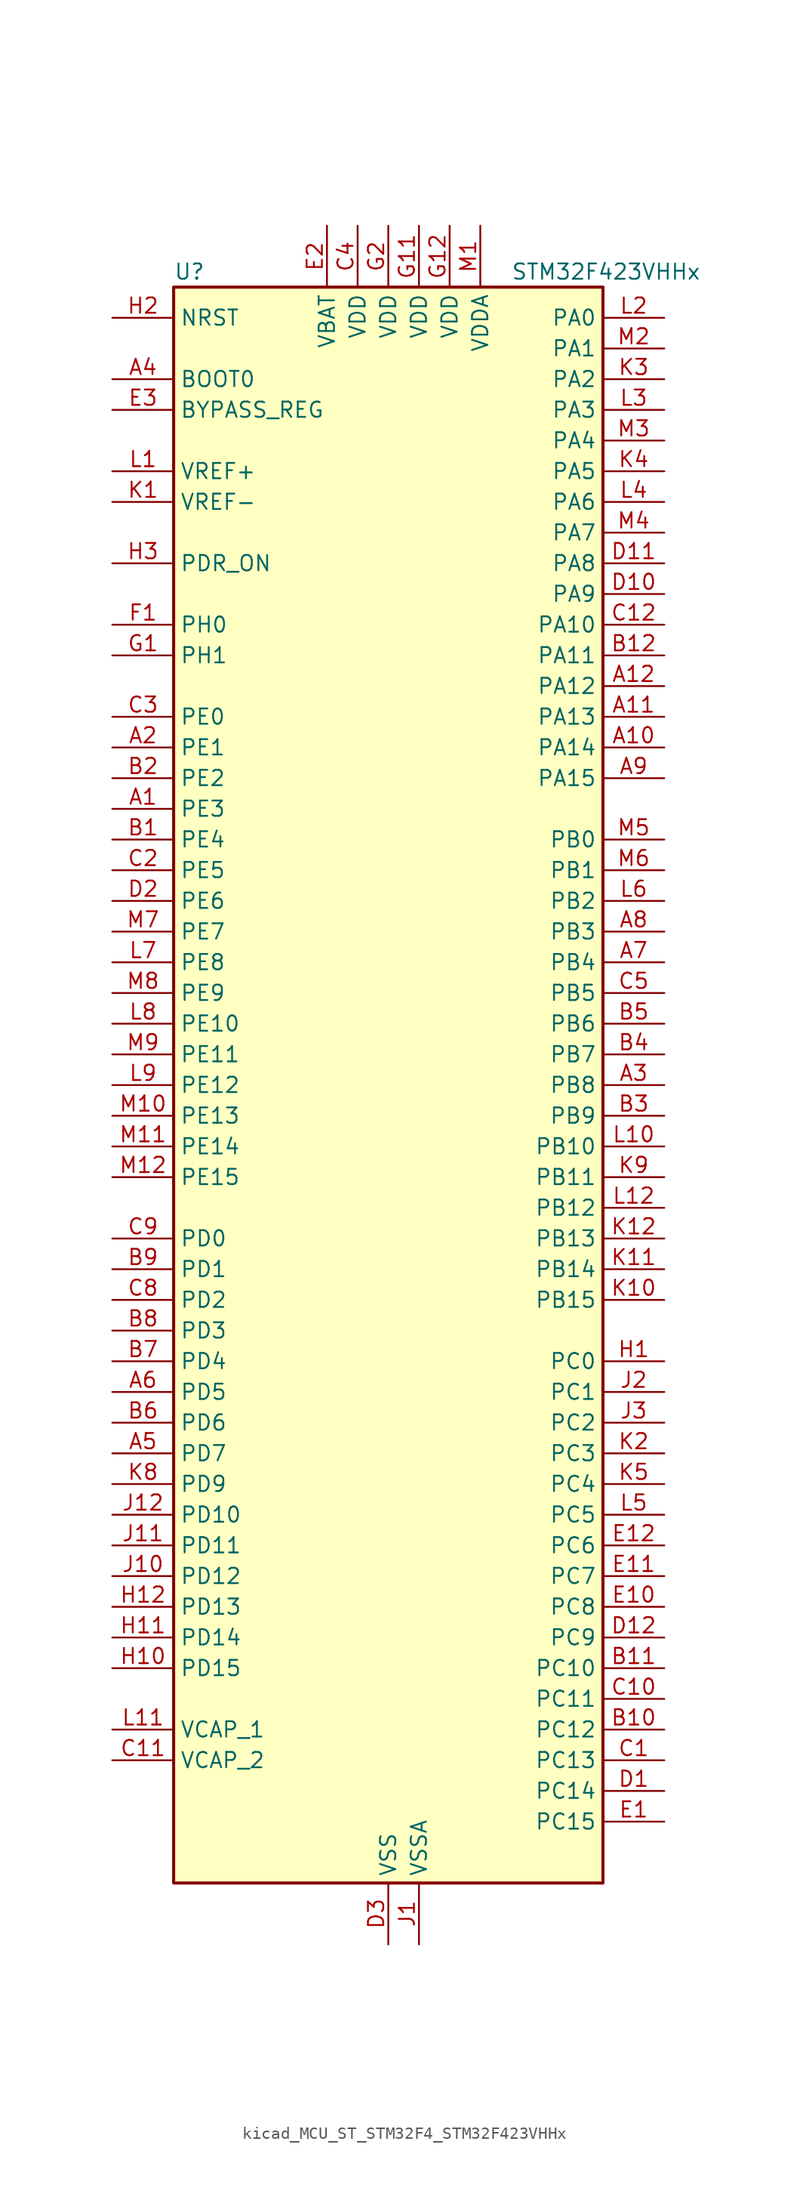
<source format=kicad_sym>
(kicad_symbol_lib
  (version 20220914)
  (generator kicad_symbol_editor)
  (symbol "kicad_MCU_ST_STM32F4_STM32F423VHHx"
    (property "Reference" "U"
      (at -17.78 67.31 0)
      (effects (font (size 1.27 1.27)) (justify left)))
    (property "Value" "STM32F423VHHx"
      (at 10.16 67.31 0)
      (effects (font (size 1.27 1.27)) (justify left)))
    (property "ki_locked" ""
      (at 0 0 0)
      (effects (font (size 1.27 1.27))))
    (symbol "kicad_MCU_ST_STM32F4_STM32F423VHHx_0_1"
      (rectangle (start -17.78 -66.04) (end 17.78 66.04) (stroke (width 0.254) (type default)) (fill (type background))))
    (symbol "kicad_MCU_ST_STM32F4_STM32F423VHHx_1_1"
      (pin bidirectional line (at -22.86 22.86 0) (length 5.08) (name "PE3" (effects (font (size 1.27 1.27)))) (number "A1" (effects (font (size 1.27 1.27)))) (alternate "FSMC_A19" bidirectional line) (alternate "SAI1_SD_B" bidirectional line) (alternate "SYS_TRACED0" bidirectional line) (alternate "UART10_TX" bidirectional line))
      (pin bidirectional line (at 22.86 27.94 180) (length 5.08) (name "PA14" (effects (font (size 1.27 1.27)))) (number "A10" (effects (font (size 1.27 1.27)))) (alternate "SYS_JTCK-SWCLK" bidirectional line))
      (pin bidirectional line (at 22.86 30.48 180) (length 5.08) (name "PA13" (effects (font (size 1.27 1.27)))) (number "A11" (effects (font (size 1.27 1.27)))) (alternate "SYS_JTMS-SWDIO" bidirectional line))
      (pin bidirectional line (at 22.86 33.02 180) (length 5.08) (name "PA12" (effects (font (size 1.27 1.27)))) (number "A12" (effects (font (size 1.27 1.27)))) (alternate "CAN1_TX" bidirectional line) (alternate "DFSDM2_DATIN5" bidirectional line) (alternate "SPI2_MISO" bidirectional line) (alternate "SPI5_MISO" bidirectional line) (alternate "TIM1_ETR" bidirectional line) (alternate "UART4_TX" bidirectional line) (alternate "USART1_RTS" bidirectional line) (alternate "USART6_RX" bidirectional line) (alternate "USB_OTG_FS_DP" bidirectional line))
      (pin bidirectional line (at -22.86 27.94 0) (length 5.08) (name "PE1" (effects (font (size 1.27 1.27)))) (number "A2" (effects (font (size 1.27 1.27)))) (alternate "DFSDM2_DATIN4" bidirectional line) (alternate "FSMC_NBL1" bidirectional line) (alternate "UART8_TX" bidirectional line))
      (pin bidirectional line (at 22.86 0 180) (length 5.08) (name "PB8" (effects (font (size 1.27 1.27)))) (number "A3" (effects (font (size 1.27 1.27)))) (alternate "CAN1_RX" bidirectional line) (alternate "DFSDM2_CKIN1" bidirectional line) (alternate "I2C1_SCL" bidirectional line) (alternate "I2C3_SDA" bidirectional line) (alternate "I2S5_SD" bidirectional line) (alternate "LPTIM1_OUT" bidirectional line) (alternate "SDIO_D4" bidirectional line) (alternate "SPI5_MOSI" bidirectional line) (alternate "TIM10_CH1" bidirectional line) (alternate "TIM4_CH3" bidirectional line) (alternate "UART5_RX" bidirectional line))
      (pin input line (at -22.86 58.42 0) (length 5.08) (name "BOOT0" (effects (font (size 1.27 1.27)))) (number "A4" (effects (font (size 1.27 1.27)))))
      (pin bidirectional line (at -22.86 -30.48 0) (length 5.08) (name "PD7" (effects (font (size 1.27 1.27)))) (number "A5" (effects (font (size 1.27 1.27)))) (alternate "DFSDM1_CKIN1" bidirectional line) (alternate "FSMC_NE1" bidirectional line) (alternate "USART2_CK" bidirectional line))
      (pin bidirectional line (at -22.86 -25.4 0) (length 5.08) (name "PD5" (effects (font (size 1.27 1.27)))) (number "A6" (effects (font (size 1.27 1.27)))) (alternate "DFSDM2_CKOUT" bidirectional line) (alternate "FSMC_NWE" bidirectional line) (alternate "USART2_TX" bidirectional line))
      (pin bidirectional line (at 22.86 10.16 180) (length 5.08) (name "PB4" (effects (font (size 1.27 1.27)))) (number "A7" (effects (font (size 1.27 1.27)))) (alternate "CAN3_TX" bidirectional line) (alternate "I2C3_SDA" bidirectional line) (alternate "I2S3_ext_SD" bidirectional line) (alternate "SAI1_SCK_A" bidirectional line) (alternate "SDIO_D0" bidirectional line) (alternate "SPI1_MISO" bidirectional line) (alternate "SPI3_MISO" bidirectional line) (alternate "SYS_JTRST" bidirectional line) (alternate "TIM3_CH1" bidirectional line) (alternate "UART7_TX" bidirectional line))
      (pin bidirectional line (at 22.86 12.7 180) (length 5.08) (name "PB3" (effects (font (size 1.27 1.27)))) (number "A8" (effects (font (size 1.27 1.27)))) (alternate "CAN3_RX" bidirectional line) (alternate "FMPI2C1_SDA" bidirectional line) (alternate "I2C2_SDA" bidirectional line) (alternate "I2S1_CK" bidirectional line) (alternate "I2S3_CK" bidirectional line) (alternate "SAI1_SD_A" bidirectional line) (alternate "SPI1_SCK" bidirectional line) (alternate "SPI3_SCK" bidirectional line) (alternate "SYS_JTDO-SWO" bidirectional line) (alternate "TIM2_CH2" bidirectional line) (alternate "UART7_RX" bidirectional line) (alternate "USART1_RX" bidirectional line))
      (pin bidirectional line (at 22.86 25.4 180) (length 5.08) (name "PA15" (effects (font (size 1.27 1.27)))) (number "A9" (effects (font (size 1.27 1.27)))) (alternate "ADC1_EXTI15" bidirectional line) (alternate "CAN3_TX" bidirectional line) (alternate "I2S1_WS" bidirectional line) (alternate "I2S3_WS" bidirectional line) (alternate "SAI1_MCLK_A" bidirectional line) (alternate "SPI1_NSS" bidirectional line) (alternate "SPI3_NSS" bidirectional line) (alternate "SYS_JTDI" bidirectional line) (alternate "TIM2_CH1" bidirectional line) (alternate "TIM2_ETR" bidirectional line) (alternate "UART7_TX" bidirectional line) (alternate "USART1_TX" bidirectional line))
      (pin bidirectional line (at -22.86 20.32 0) (length 5.08) (name "PE4" (effects (font (size 1.27 1.27)))) (number "B1" (effects (font (size 1.27 1.27)))) (alternate "DFSDM1_DATIN3" bidirectional line) (alternate "FSMC_A20" bidirectional line) (alternate "I2S4_WS" bidirectional line) (alternate "I2S5_WS" bidirectional line) (alternate "SAI1_SD_A" bidirectional line) (alternate "SPI4_NSS" bidirectional line) (alternate "SPI5_NSS" bidirectional line) (alternate "SYS_TRACED1" bidirectional line))
      (pin bidirectional line (at 22.86 -53.34 180) (length 5.08) (name "PC12" (effects (font (size 1.27 1.27)))) (number "B10" (effects (font (size 1.27 1.27)))) (alternate "FSMC_D3" bidirectional line) (alternate "FSMC_DA3" bidirectional line) (alternate "I2S3_SD" bidirectional line) (alternate "SDIO_CK" bidirectional line) (alternate "SPI3_MOSI" bidirectional line) (alternate "UART5_TX" bidirectional line) (alternate "USART3_CK" bidirectional line))
      (pin bidirectional line (at 22.86 -48.26 180) (length 5.08) (name "PC10" (effects (font (size 1.27 1.27)))) (number "B11" (effects (font (size 1.27 1.27)))) (alternate "DFSDM2_CKIN5" bidirectional line) (alternate "I2S3_CK" bidirectional line) (alternate "QUADSPI_BK1_IO1" bidirectional line) (alternate "SDIO_D2" bidirectional line) (alternate "SPI3_SCK" bidirectional line) (alternate "USART3_TX" bidirectional line))
      (pin bidirectional line (at 22.86 35.56 180) (length 5.08) (name "PA11" (effects (font (size 1.27 1.27)))) (number "B12" (effects (font (size 1.27 1.27)))) (alternate "ADC1_EXTI11" bidirectional line) (alternate "CAN1_RX" bidirectional line) (alternate "DFSDM2_CKIN5" bidirectional line) (alternate "I2S2_WS" bidirectional line) (alternate "SPI2_NSS" bidirectional line) (alternate "SPI4_MISO" bidirectional line) (alternate "TIM1_CH4" bidirectional line) (alternate "UART4_RX" bidirectional line) (alternate "USART1_CTS" bidirectional line) (alternate "USART6_TX" bidirectional line) (alternate "USB_OTG_FS_DM" bidirectional line))
      (pin bidirectional line (at -22.86 25.4 0) (length 5.08) (name "PE2" (effects (font (size 1.27 1.27)))) (number "B2" (effects (font (size 1.27 1.27)))) (alternate "FSMC_A23" bidirectional line) (alternate "I2S4_CK" bidirectional line) (alternate "I2S5_CK" bidirectional line) (alternate "QUADSPI_BK1_IO2" bidirectional line) (alternate "SAI1_MCLK_A" bidirectional line) (alternate "SPI4_SCK" bidirectional line) (alternate "SPI5_SCK" bidirectional line) (alternate "SYS_TRACECLK" bidirectional line) (alternate "UART10_RX" bidirectional line))
      (pin bidirectional line (at 22.86 -2.54 180) (length 5.08) (name "PB9" (effects (font (size 1.27 1.27)))) (number "B3" (effects (font (size 1.27 1.27)))) (alternate "CAN1_TX" bidirectional line) (alternate "DAC_EXTI9" bidirectional line) (alternate "DFSDM2_DATIN1" bidirectional line) (alternate "I2C1_SDA" bidirectional line) (alternate "I2C2_SDA" bidirectional line) (alternate "I2S2_WS" bidirectional line) (alternate "SDIO_D5" bidirectional line) (alternate "SPI2_NSS" bidirectional line) (alternate "TIM11_CH1" bidirectional line) (alternate "TIM4_CH4" bidirectional line) (alternate "UART5_TX" bidirectional line))
      (pin bidirectional line (at 22.86 2.54 180) (length 5.08) (name "PB7" (effects (font (size 1.27 1.27)))) (number "B4" (effects (font (size 1.27 1.27)))) (alternate "DFSDM2_DATIN7" bidirectional line) (alternate "FSMC_NL" bidirectional line) (alternate "I2C1_SDA" bidirectional line) (alternate "LPTIM1_IN2" bidirectional line) (alternate "TIM4_CH2" bidirectional line) (alternate "USART1_RX" bidirectional line))
      (pin bidirectional line (at 22.86 5.08 180) (length 5.08) (name "PB6" (effects (font (size 1.27 1.27)))) (number "B5" (effects (font (size 1.27 1.27)))) (alternate "CAN2_TX" bidirectional line) (alternate "DFSDM2_CKIN7" bidirectional line) (alternate "I2C1_SCL" bidirectional line) (alternate "LPTIM1_ETR" bidirectional line) (alternate "QUADSPI_BK1_NCS" bidirectional line) (alternate "SDIO_D0" bidirectional line) (alternate "TIM4_CH1" bidirectional line) (alternate "UART5_TX" bidirectional line) (alternate "USART1_TX" bidirectional line))
      (pin bidirectional line (at -22.86 -27.94 0) (length 5.08) (name "PD6" (effects (font (size 1.27 1.27)))) (number "B6" (effects (font (size 1.27 1.27)))) (alternate "DFSDM1_DATIN1" bidirectional line) (alternate "FSMC_NWAIT" bidirectional line) (alternate "I2S3_SD" bidirectional line) (alternate "SPI3_MOSI" bidirectional line) (alternate "USART2_RX" bidirectional line))
      (pin bidirectional line (at -22.86 -22.86 0) (length 5.08) (name "PD4" (effects (font (size 1.27 1.27)))) (number "B7" (effects (font (size 1.27 1.27)))) (alternate "DFSDM1_CKIN0" bidirectional line) (alternate "FSMC_NOE" bidirectional line) (alternate "USART2_RTS" bidirectional line))
      (pin bidirectional line (at -22.86 -20.32 0) (length 5.08) (name "PD3" (effects (font (size 1.27 1.27)))) (number "B8" (effects (font (size 1.27 1.27)))) (alternate "DFSDM1_DATIN0" bidirectional line) (alternate "FSMC_CLK" bidirectional line) (alternate "I2S2_CK" bidirectional line) (alternate "QUADSPI_CLK" bidirectional line) (alternate "SPI2_SCK" bidirectional line) (alternate "SYS_TRACED1" bidirectional line) (alternate "USART2_CTS" bidirectional line))
      (pin bidirectional line (at -22.86 -15.24 0) (length 5.08) (name "PD1" (effects (font (size 1.27 1.27)))) (number "B9" (effects (font (size 1.27 1.27)))) (alternate "CAN1_TX" bidirectional line) (alternate "DFSDM2_DATIN6" bidirectional line) (alternate "FSMC_D3" bidirectional line) (alternate "FSMC_DA3" bidirectional line) (alternate "UART4_TX" bidirectional line))
      (pin bidirectional line (at 22.86 -55.88 180) (length 5.08) (name "PC13" (effects (font (size 1.27 1.27)))) (number "C1" (effects (font (size 1.27 1.27)))) (alternate "RTC_AF1" bidirectional line))
      (pin bidirectional line (at 22.86 -50.8 180) (length 5.08) (name "PC11" (effects (font (size 1.27 1.27)))) (number "C10" (effects (font (size 1.27 1.27)))) (alternate "ADC1_EXTI11" bidirectional line) (alternate "DFSDM2_DATIN5" bidirectional line) (alternate "FSMC_D2" bidirectional line) (alternate "FSMC_DA2" bidirectional line) (alternate "I2S3_ext_SD" bidirectional line) (alternate "QUADSPI_BK2_NCS" bidirectional line) (alternate "SDIO_D3" bidirectional line) (alternate "SPI3_MISO" bidirectional line) (alternate "UART4_RX" bidirectional line) (alternate "USART3_RX" bidirectional line))
      (pin power_out line (at -22.86 -55.88 0) (length 5.08) (name "VCAP_2" (effects (font (size 1.27 1.27)))) (number "C11" (effects (font (size 1.27 1.27)))))
      (pin bidirectional line (at 22.86 38.1 180) (length 5.08) (name "PA10" (effects (font (size 1.27 1.27)))) (number "C12" (effects (font (size 1.27 1.27)))) (alternate "DFSDM2_DATIN3" bidirectional line) (alternate "I2S2_SD" bidirectional line) (alternate "I2S5_SD" bidirectional line) (alternate "SPI2_MOSI" bidirectional line) (alternate "SPI5_MOSI" bidirectional line) (alternate "TIM1_CH3" bidirectional line) (alternate "USART1_RX" bidirectional line) (alternate "USB_OTG_FS_ID" bidirectional line))
      (pin bidirectional line (at -22.86 17.78 0) (length 5.08) (name "PE5" (effects (font (size 1.27 1.27)))) (number "C2" (effects (font (size 1.27 1.27)))) (alternate "DFSDM1_CKIN3" bidirectional line) (alternate "FSMC_A21" bidirectional line) (alternate "SAI1_SCK_A" bidirectional line) (alternate "SPI4_MISO" bidirectional line) (alternate "SPI5_MISO" bidirectional line) (alternate "SYS_TRACED2" bidirectional line) (alternate "TIM9_CH1" bidirectional line))
      (pin bidirectional line (at -22.86 30.48 0) (length 5.08) (name "PE0" (effects (font (size 1.27 1.27)))) (number "C3" (effects (font (size 1.27 1.27)))) (alternate "DFSDM2_CKIN4" bidirectional line) (alternate "FSMC_NBL0" bidirectional line) (alternate "TIM4_ETR" bidirectional line) (alternate "UART8_RX" bidirectional line))
      (pin power_in line (at -2.54 71.12 270) (length 5.08) (name "VDD" (effects (font (size 1.27 1.27)))) (number "C4" (effects (font (size 1.27 1.27)))))
      (pin bidirectional line (at 22.86 7.62 180) (length 5.08) (name "PB5" (effects (font (size 1.27 1.27)))) (number "C5" (effects (font (size 1.27 1.27)))) (alternate "CAN2_RX" bidirectional line) (alternate "I2C1_SMBA" bidirectional line) (alternate "I2S1_SD" bidirectional line) (alternate "I2S3_SD" bidirectional line) (alternate "LPTIM1_IN1" bidirectional line) (alternate "SAI1_FS_A" bidirectional line) (alternate "SDIO_D3" bidirectional line) (alternate "SPI1_MOSI" bidirectional line) (alternate "SPI3_MOSI" bidirectional line) (alternate "TIM3_CH2" bidirectional line) (alternate "UART5_RX" bidirectional line))
      (pin bidirectional line (at -22.86 -17.78 0) (length 5.08) (name "PD2" (effects (font (size 1.27 1.27)))) (number "C8" (effects (font (size 1.27 1.27)))) (alternate "DFSDM2_CKOUT" bidirectional line) (alternate "FSMC_NWE" bidirectional line) (alternate "SDIO_CMD" bidirectional line) (alternate "TIM3_ETR" bidirectional line) (alternate "UART5_RX" bidirectional line))
      (pin bidirectional line (at -22.86 -12.7 0) (length 5.08) (name "PD0" (effects (font (size 1.27 1.27)))) (number "C9" (effects (font (size 1.27 1.27)))) (alternate "CAN1_RX" bidirectional line) (alternate "DFSDM2_CKIN6" bidirectional line) (alternate "FSMC_D2" bidirectional line) (alternate "FSMC_DA2" bidirectional line) (alternate "UART4_RX" bidirectional line))
      (pin bidirectional line (at 22.86 -58.42 180) (length 5.08) (name "PC14" (effects (font (size 1.27 1.27)))) (number "D1" (effects (font (size 1.27 1.27)))) (alternate "RCC_OSC32_IN" bidirectional line))
      (pin bidirectional line (at 22.86 40.64 180) (length 5.08) (name "PA9" (effects (font (size 1.27 1.27)))) (number "D10" (effects (font (size 1.27 1.27)))) (alternate "DAC_EXTI9" bidirectional line) (alternate "DFSDM2_CKIN3" bidirectional line) (alternate "I2C3_SMBA" bidirectional line) (alternate "I2S2_CK" bidirectional line) (alternate "SDIO_D2" bidirectional line) (alternate "SPI2_SCK" bidirectional line) (alternate "TIM1_CH2" bidirectional line) (alternate "USART1_TX" bidirectional line) (alternate "USB_OTG_FS_VBUS" bidirectional line))
      (pin bidirectional line (at 22.86 43.18 180) (length 5.08) (name "PA8" (effects (font (size 1.27 1.27)))) (number "D11" (effects (font (size 1.27 1.27)))) (alternate "CAN3_RX" bidirectional line) (alternate "DFSDM1_CKOUT" bidirectional line) (alternate "I2C3_SCL" bidirectional line) (alternate "RCC_MCO_1" bidirectional line) (alternate "SDIO_D1" bidirectional line) (alternate "TIM1_CH1" bidirectional line) (alternate "UART7_RX" bidirectional line) (alternate "USART1_CK" bidirectional line) (alternate "USB_OTG_FS_SOF" bidirectional line))
      (pin bidirectional line (at 22.86 -45.72 180) (length 5.08) (name "PC9" (effects (font (size 1.27 1.27)))) (number "D12" (effects (font (size 1.27 1.27)))) (alternate "DAC_EXTI9" bidirectional line) (alternate "DFSDM2_DATIN3" bidirectional line) (alternate "I2C3_SDA" bidirectional line) (alternate "I2S_CKIN" bidirectional line) (alternate "QUADSPI_BK1_IO0" bidirectional line) (alternate "RCC_MCO_2" bidirectional line) (alternate "SDIO_D1" bidirectional line) (alternate "TIM3_CH4" bidirectional line) (alternate "TIM8_CH4" bidirectional line))
      (pin bidirectional line (at -22.86 15.24 0) (length 5.08) (name "PE6" (effects (font (size 1.27 1.27)))) (number "D2" (effects (font (size 1.27 1.27)))) (alternate "FSMC_A22" bidirectional line) (alternate "I2S4_SD" bidirectional line) (alternate "I2S5_SD" bidirectional line) (alternate "SAI1_FS_A" bidirectional line) (alternate "SPI4_MOSI" bidirectional line) (alternate "SPI5_MOSI" bidirectional line) (alternate "SYS_TRACED3" bidirectional line) (alternate "TIM9_CH2" bidirectional line))
      (pin power_in line (at 0 -71.12 90) (length 5.08) (name "VSS" (effects (font (size 1.27 1.27)))) (number "D3" (effects (font (size 1.27 1.27)))))
      (pin bidirectional line (at 22.86 -60.96 180) (length 5.08) (name "PC15" (effects (font (size 1.27 1.27)))) (number "E1" (effects (font (size 1.27 1.27)))) (alternate "ADC1_EXTI15" bidirectional line) (alternate "RCC_OSC32_OUT" bidirectional line))
      (pin bidirectional line (at 22.86 -43.18 180) (length 5.08) (name "PC8" (effects (font (size 1.27 1.27)))) (number "E10" (effects (font (size 1.27 1.27)))) (alternate "DFSDM2_CKIN3" bidirectional line) (alternate "QUADSPI_BK1_IO2" bidirectional line) (alternate "SDIO_D0" bidirectional line) (alternate "TIM3_CH3" bidirectional line) (alternate "TIM8_CH3" bidirectional line) (alternate "USART6_CK" bidirectional line))
      (pin bidirectional line (at 22.86 -40.64 180) (length 5.08) (name "PC7" (effects (font (size 1.27 1.27)))) (number "E11" (effects (font (size 1.27 1.27)))) (alternate "DFSDM1_DATIN3" bidirectional line) (alternate "DFSDM2_CKIN6" bidirectional line) (alternate "FMPI2C1_SDA" bidirectional line) (alternate "I2S2_CK" bidirectional line) (alternate "I2S3_MCK" bidirectional line) (alternate "SDIO_D7" bidirectional line) (alternate "SPI2_SCK" bidirectional line) (alternate "TIM3_CH2" bidirectional line) (alternate "TIM8_CH2" bidirectional line) (alternate "USART6_RX" bidirectional line))
      (pin bidirectional line (at 22.86 -38.1 180) (length 5.08) (name "PC6" (effects (font (size 1.27 1.27)))) (number "E12" (effects (font (size 1.27 1.27)))) (alternate "DFSDM1_CKIN3" bidirectional line) (alternate "DFSDM2_DATIN6" bidirectional line) (alternate "FMPI2C1_SCL" bidirectional line) (alternate "FSMC_D1" bidirectional line) (alternate "FSMC_DA1" bidirectional line) (alternate "I2S2_MCK" bidirectional line) (alternate "SDIO_D6" bidirectional line) (alternate "TIM3_CH1" bidirectional line) (alternate "TIM8_CH1" bidirectional line) (alternate "USART6_TX" bidirectional line))
      (pin power_in line (at -5.08 71.12 270) (length 5.08) (name "VBAT" (effects (font (size 1.27 1.27)))) (number "E2" (effects (font (size 1.27 1.27)))))
      (pin input line (at -22.86 55.88 0) (length 5.08) (name "BYPASS_REG" (effects (font (size 1.27 1.27)))) (number "E3" (effects (font (size 1.27 1.27)))))
      (pin bidirectional line (at -22.86 38.1 0) (length 5.08) (name "PH0" (effects (font (size 1.27 1.27)))) (number "F1" (effects (font (size 1.27 1.27)))) (alternate "RCC_OSC_IN" bidirectional line))
      (pin passive line (at 0 -71.12 90) (length 5.08) hide (name "VSS" (effects (font (size 1.27 1.27)))) (number "F11" (effects (font (size 1.27 1.27)))))
      (pin passive line (at 0 -71.12 90) (length 5.08) hide (name "VSS" (effects (font (size 1.27 1.27)))) (number "F12" (effects (font (size 1.27 1.27)))))
      (pin passive line (at 0 -71.12 90) (length 5.08) hide (name "VSS" (effects (font (size 1.27 1.27)))) (number "F2" (effects (font (size 1.27 1.27)))))
      (pin bidirectional line (at -22.86 35.56 0) (length 5.08) (name "PH1" (effects (font (size 1.27 1.27)))) (number "G1" (effects (font (size 1.27 1.27)))) (alternate "RCC_OSC_OUT" bidirectional line))
      (pin power_in line (at 2.54 71.12 270) (length 5.08) (name "VDD" (effects (font (size 1.27 1.27)))) (number "G11" (effects (font (size 1.27 1.27)))))
      (pin power_in line (at 5.08 71.12 270) (length 5.08) (name "VDD" (effects (font (size 1.27 1.27)))) (number "G12" (effects (font (size 1.27 1.27)))))
      (pin power_in line (at 0 71.12 270) (length 5.08) (name "VDD" (effects (font (size 1.27 1.27)))) (number "G2" (effects (font (size 1.27 1.27)))))
      (pin bidirectional line (at 22.86 -22.86 180) (length 5.08) (name "PC0" (effects (font (size 1.27 1.27)))) (number "H1" (effects (font (size 1.27 1.27)))) (alternate "ADC1_IN10" bidirectional line) (alternate "DFSDM2_CKIN4" bidirectional line) (alternate "LPTIM1_IN1" bidirectional line) (alternate "SAI1_MCLK_B" bidirectional line) (alternate "SYS_WKUP2" bidirectional line))
      (pin bidirectional line (at -22.86 -48.26 0) (length 5.08) (name "PD15" (effects (font (size 1.27 1.27)))) (number "H10" (effects (font (size 1.27 1.27)))) (alternate "ADC1_EXTI15" bidirectional line) (alternate "DFSDM2_DATIN0" bidirectional line) (alternate "FMPI2C1_SDA" bidirectional line) (alternate "FSMC_D1" bidirectional line) (alternate "FSMC_DA1" bidirectional line) (alternate "TIM4_CH4" bidirectional line) (alternate "UART9_TX" bidirectional line))
      (pin bidirectional line (at -22.86 -45.72 0) (length 5.08) (name "PD14" (effects (font (size 1.27 1.27)))) (number "H11" (effects (font (size 1.27 1.27)))) (alternate "DFSDM2_CKIN0" bidirectional line) (alternate "FMPI2C1_SCL" bidirectional line) (alternate "FSMC_D0" bidirectional line) (alternate "FSMC_DA0" bidirectional line) (alternate "TIM4_CH3" bidirectional line) (alternate "UART9_RX" bidirectional line))
      (pin bidirectional line (at -22.86 -43.18 0) (length 5.08) (name "PD13" (effects (font (size 1.27 1.27)))) (number "H12" (effects (font (size 1.27 1.27)))) (alternate "FMPI2C1_SDA" bidirectional line) (alternate "FSMC_A18" bidirectional line) (alternate "QUADSPI_BK1_IO3" bidirectional line) (alternate "TIM4_CH2" bidirectional line))
      (pin input line (at -22.86 63.5 0) (length 5.08) (name "NRST" (effects (font (size 1.27 1.27)))) (number "H2" (effects (font (size 1.27 1.27)))))
      (pin input line (at -22.86 43.18 0) (length 5.08) (name "PDR_ON" (effects (font (size 1.27 1.27)))) (number "H3" (effects (font (size 1.27 1.27)))))
      (pin power_in line (at 2.54 -71.12 90) (length 5.08) (name "VSSA" (effects (font (size 1.27 1.27)))) (number "J1" (effects (font (size 1.27 1.27)))))
      (pin bidirectional line (at -22.86 -40.64 0) (length 5.08) (name "PD12" (effects (font (size 1.27 1.27)))) (number "J10" (effects (font (size 1.27 1.27)))) (alternate "DFSDM2_CKIN2" bidirectional line) (alternate "FMPI2C1_SCL" bidirectional line) (alternate "FSMC_A17" bidirectional line) (alternate "QUADSPI_BK1_IO1" bidirectional line) (alternate "TIM4_CH1" bidirectional line) (alternate "USART3_RTS" bidirectional line))
      (pin bidirectional line (at -22.86 -38.1 0) (length 5.08) (name "PD11" (effects (font (size 1.27 1.27)))) (number "J11" (effects (font (size 1.27 1.27)))) (alternate "ADC1_EXTI11" bidirectional line) (alternate "DFSDM2_DATIN2" bidirectional line) (alternate "FMPI2C1_SMBA" bidirectional line) (alternate "FSMC_A16" bidirectional line) (alternate "QUADSPI_BK1_IO0" bidirectional line) (alternate "USART3_CTS" bidirectional line))
      (pin bidirectional line (at -22.86 -35.56 0) (length 5.08) (name "PD10" (effects (font (size 1.27 1.27)))) (number "J12" (effects (font (size 1.27 1.27)))) (alternate "FSMC_D15" bidirectional line) (alternate "FSMC_DA15" bidirectional line) (alternate "UART4_TX" bidirectional line) (alternate "USART3_CK" bidirectional line))
      (pin bidirectional line (at 22.86 -25.4 180) (length 5.08) (name "PC1" (effects (font (size 1.27 1.27)))) (number "J2" (effects (font (size 1.27 1.27)))) (alternate "ADC1_IN11" bidirectional line) (alternate "DFSDM2_DATIN4" bidirectional line) (alternate "LPTIM1_OUT" bidirectional line) (alternate "SAI1_SD_B" bidirectional line) (alternate "SYS_WKUP3" bidirectional line))
      (pin bidirectional line (at 22.86 -27.94 180) (length 5.08) (name "PC2" (effects (font (size 1.27 1.27)))) (number "J3" (effects (font (size 1.27 1.27)))) (alternate "ADC1_IN12" bidirectional line) (alternate "DFSDM1_CKOUT" bidirectional line) (alternate "DFSDM2_DATIN7" bidirectional line) (alternate "FSMC_NWE" bidirectional line) (alternate "I2S2_ext_SD" bidirectional line) (alternate "LPTIM1_IN2" bidirectional line) (alternate "SAI1_SCK_B" bidirectional line) (alternate "SPI2_MISO" bidirectional line))
      (pin input line (at -22.86 48.26 0) (length 5.08) (name "VREF-" (effects (font (size 1.27 1.27)))) (number "K1" (effects (font (size 1.27 1.27)))))
      (pin bidirectional line (at 22.86 -17.78 180) (length 5.08) (name "PB15" (effects (font (size 1.27 1.27)))) (number "K10" (effects (font (size 1.27 1.27)))) (alternate "ADC1_EXTI15" bidirectional line) (alternate "DFSDM1_CKIN2" bidirectional line) (alternate "FMPI2C1_SCL" bidirectional line) (alternate "I2S2_SD" bidirectional line) (alternate "RTC_REFIN" bidirectional line) (alternate "SDIO_CK" bidirectional line) (alternate "SPI2_MOSI" bidirectional line) (alternate "TIM12_CH2" bidirectional line) (alternate "TIM1_CH3N" bidirectional line) (alternate "TIM8_CH3N" bidirectional line))
      (pin bidirectional line (at 22.86 -15.24 180) (length 5.08) (name "PB14" (effects (font (size 1.27 1.27)))) (number "K11" (effects (font (size 1.27 1.27)))) (alternate "DFSDM1_DATIN2" bidirectional line) (alternate "FMPI2C1_SDA" bidirectional line) (alternate "FSMC_D0" bidirectional line) (alternate "FSMC_DA0" bidirectional line) (alternate "I2S2_ext_SD" bidirectional line) (alternate "SDIO_D6" bidirectional line) (alternate "SPI2_MISO" bidirectional line) (alternate "TIM12_CH1" bidirectional line) (alternate "TIM1_CH2N" bidirectional line) (alternate "TIM8_CH2N" bidirectional line) (alternate "USART3_RTS" bidirectional line))
      (pin bidirectional line (at 22.86 -12.7 180) (length 5.08) (name "PB13" (effects (font (size 1.27 1.27)))) (number "K12" (effects (font (size 1.27 1.27)))) (alternate "CAN2_TX" bidirectional line) (alternate "DFSDM1_CKIN1" bidirectional line) (alternate "FMPI2C1_SMBA" bidirectional line) (alternate "I2S2_CK" bidirectional line) (alternate "I2S4_CK" bidirectional line) (alternate "SPI2_SCK" bidirectional line) (alternate "SPI4_SCK" bidirectional line) (alternate "TIM1_CH1N" bidirectional line) (alternate "UART5_TX" bidirectional line) (alternate "USART3_CTS" bidirectional line))
      (pin bidirectional line (at 22.86 -30.48 180) (length 5.08) (name "PC3" (effects (font (size 1.27 1.27)))) (number "K2" (effects (font (size 1.27 1.27)))) (alternate "ADC1_IN13" bidirectional line) (alternate "DFSDM2_CKIN7" bidirectional line) (alternate "FSMC_A0" bidirectional line) (alternate "I2S2_SD" bidirectional line) (alternate "LPTIM1_ETR" bidirectional line) (alternate "SAI1_FS_B" bidirectional line) (alternate "SPI2_MOSI" bidirectional line))
      (pin bidirectional line (at 22.86 58.42 180) (length 5.08) (name "PA2" (effects (font (size 1.27 1.27)))) (number "K3" (effects (font (size 1.27 1.27)))) (alternate "ADC1_IN2" bidirectional line) (alternate "FSMC_D4" bidirectional line) (alternate "FSMC_DA4" bidirectional line) (alternate "I2S_CKIN" bidirectional line) (alternate "TIM2_CH3" bidirectional line) (alternate "TIM5_CH3" bidirectional line) (alternate "TIM9_CH1" bidirectional line) (alternate "USART2_TX" bidirectional line))
      (pin bidirectional line (at 22.86 50.8 180) (length 5.08) (name "PA5" (effects (font (size 1.27 1.27)))) (number "K4" (effects (font (size 1.27 1.27)))) (alternate "ADC1_IN5" bidirectional line) (alternate "DAC_OUT2" bidirectional line) (alternate "DFSDM1_CKIN1" bidirectional line) (alternate "FSMC_D7" bidirectional line) (alternate "FSMC_DA7" bidirectional line) (alternate "I2S1_CK" bidirectional line) (alternate "SPI1_SCK" bidirectional line) (alternate "TIM2_CH1" bidirectional line) (alternate "TIM2_ETR" bidirectional line) (alternate "TIM8_CH1N" bidirectional line))
      (pin bidirectional line (at 22.86 -33.02 180) (length 5.08) (name "PC4" (effects (font (size 1.27 1.27)))) (number "K5" (effects (font (size 1.27 1.27)))) (alternate "ADC1_IN14" bidirectional line) (alternate "DFSDM2_CKIN2" bidirectional line) (alternate "FSMC_NE4" bidirectional line) (alternate "I2S1_MCK" bidirectional line) (alternate "QUADSPI_BK2_IO2" bidirectional line))
      (pin bidirectional line (at -22.86 -33.02 0) (length 5.08) (name "PD9" (effects (font (size 1.27 1.27)))) (number "K8" (effects (font (size 1.27 1.27)))) (alternate "DAC_EXTI9" bidirectional line) (alternate "FSMC_D14" bidirectional line) (alternate "FSMC_DA14" bidirectional line) (alternate "USART3_RX" bidirectional line))
      (pin bidirectional line (at 22.86 -7.62 180) (length 5.08) (name "PB11" (effects (font (size 1.27 1.27)))) (number "K9" (effects (font (size 1.27 1.27)))) (alternate "ADC1_EXTI11" bidirectional line) (alternate "I2C2_SDA" bidirectional line) (alternate "I2S_CKIN" bidirectional line) (alternate "TIM2_CH4" bidirectional line) (alternate "USART3_RX" bidirectional line))
      (pin input line (at -22.86 50.8 0) (length 5.08) (name "VREF+" (effects (font (size 1.27 1.27)))) (number "L1" (effects (font (size 1.27 1.27)))))
      (pin bidirectional line (at 22.86 -5.08 180) (length 5.08) (name "PB10" (effects (font (size 1.27 1.27)))) (number "L10" (effects (font (size 1.27 1.27)))) (alternate "DFSDM2_CKOUT" bidirectional line) (alternate "FMPI2C1_SCL" bidirectional line) (alternate "I2C2_SCL" bidirectional line) (alternate "I2S2_CK" bidirectional line) (alternate "I2S3_MCK" bidirectional line) (alternate "SDIO_D7" bidirectional line) (alternate "SPI2_SCK" bidirectional line) (alternate "TIM2_CH3" bidirectional line) (alternate "USART3_TX" bidirectional line))
      (pin power_out line (at -22.86 -53.34 0) (length 5.08) (name "VCAP_1" (effects (font (size 1.27 1.27)))) (number "L11" (effects (font (size 1.27 1.27)))))
      (pin bidirectional line (at 22.86 -10.16 180) (length 5.08) (name "PB12" (effects (font (size 1.27 1.27)))) (number "L12" (effects (font (size 1.27 1.27)))) (alternate "CAN2_RX" bidirectional line) (alternate "DFSDM1_DATIN1" bidirectional line) (alternate "FSMC_D13" bidirectional line) (alternate "FSMC_DA13" bidirectional line) (alternate "I2C2_SMBA" bidirectional line) (alternate "I2S2_WS" bidirectional line) (alternate "I2S3_CK" bidirectional line) (alternate "I2S4_WS" bidirectional line) (alternate "SPI2_NSS" bidirectional line) (alternate "SPI3_SCK" bidirectional line) (alternate "SPI4_NSS" bidirectional line) (alternate "TIM1_BKIN" bidirectional line) (alternate "UART5_RX" bidirectional line) (alternate "USART3_CK" bidirectional line))
      (pin bidirectional line (at 22.86 63.5 180) (length 5.08) (name "PA0" (effects (font (size 1.27 1.27)))) (number "L2" (effects (font (size 1.27 1.27)))) (alternate "ADC1_IN0" bidirectional line) (alternate "SYS_WKUP1" bidirectional line) (alternate "TIM2_CH1" bidirectional line) (alternate "TIM2_ETR" bidirectional line) (alternate "TIM5_CH1" bidirectional line) (alternate "TIM8_ETR" bidirectional line) (alternate "UART4_TX" bidirectional line) (alternate "USART2_CTS" bidirectional line))
      (pin bidirectional line (at 22.86 55.88 180) (length 5.08) (name "PA3" (effects (font (size 1.27 1.27)))) (number "L3" (effects (font (size 1.27 1.27)))) (alternate "ADC1_IN3" bidirectional line) (alternate "FSMC_D5" bidirectional line) (alternate "FSMC_DA5" bidirectional line) (alternate "I2S2_MCK" bidirectional line) (alternate "SAI1_SD_B" bidirectional line) (alternate "TIM2_CH4" bidirectional line) (alternate "TIM5_CH4" bidirectional line) (alternate "TIM9_CH2" bidirectional line) (alternate "USART2_RX" bidirectional line))
      (pin bidirectional line (at 22.86 48.26 180) (length 5.08) (name "PA6" (effects (font (size 1.27 1.27)))) (number "L4" (effects (font (size 1.27 1.27)))) (alternate "ADC1_IN6" bidirectional line) (alternate "DFSDM2_CKIN1" bidirectional line) (alternate "I2S2_MCK" bidirectional line) (alternate "QUADSPI_BK2_IO0" bidirectional line) (alternate "SDIO_CMD" bidirectional line) (alternate "SPI1_MISO" bidirectional line) (alternate "TIM13_CH1" bidirectional line) (alternate "TIM1_BKIN" bidirectional line) (alternate "TIM3_CH1" bidirectional line) (alternate "TIM8_BKIN" bidirectional line))
      (pin bidirectional line (at 22.86 -35.56 180) (length 5.08) (name "PC5" (effects (font (size 1.27 1.27)))) (number "L5" (effects (font (size 1.27 1.27)))) (alternate "ADC1_IN15" bidirectional line) (alternate "DFSDM2_DATIN2" bidirectional line) (alternate "FMPI2C1_SMBA" bidirectional line) (alternate "FSMC_NOE" bidirectional line) (alternate "QUADSPI_BK2_IO3" bidirectional line) (alternate "USART3_RX" bidirectional line))
      (pin bidirectional line (at 22.86 15.24 180) (length 5.08) (name "PB2" (effects (font (size 1.27 1.27)))) (number "L6" (effects (font (size 1.27 1.27)))) (alternate "DFSDM1_CKIN0" bidirectional line) (alternate "LPTIM1_OUT" bidirectional line) (alternate "QUADSPI_CLK" bidirectional line))
      (pin bidirectional line (at -22.86 10.16 0) (length 5.08) (name "PE8" (effects (font (size 1.27 1.27)))) (number "L7" (effects (font (size 1.27 1.27)))) (alternate "DFSDM1_CKIN2" bidirectional line) (alternate "FSMC_D5" bidirectional line) (alternate "FSMC_DA5" bidirectional line) (alternate "QUADSPI_BK2_IO1" bidirectional line) (alternate "TIM1_CH1N" bidirectional line) (alternate "UART7_TX" bidirectional line))
      (pin bidirectional line (at -22.86 5.08 0) (length 5.08) (name "PE10" (effects (font (size 1.27 1.27)))) (number "L8" (effects (font (size 1.27 1.27)))) (alternate "DFSDM2_DATIN0" bidirectional line) (alternate "FSMC_D7" bidirectional line) (alternate "FSMC_DA7" bidirectional line) (alternate "QUADSPI_BK2_IO3" bidirectional line) (alternate "TIM1_CH2N" bidirectional line))
      (pin bidirectional line (at -22.86 0 0) (length 5.08) (name "PE12" (effects (font (size 1.27 1.27)))) (number "L9" (effects (font (size 1.27 1.27)))) (alternate "DFSDM2_DATIN7" bidirectional line) (alternate "FSMC_D9" bidirectional line) (alternate "FSMC_DA9" bidirectional line) (alternate "I2S4_CK" bidirectional line) (alternate "I2S5_CK" bidirectional line) (alternate "SPI4_SCK" bidirectional line) (alternate "SPI5_SCK" bidirectional line) (alternate "TIM1_CH3N" bidirectional line))
      (pin power_in line (at 7.62 71.12 270) (length 5.08) (name "VDDA" (effects (font (size 1.27 1.27)))) (number "M1" (effects (font (size 1.27 1.27)))))
      (pin bidirectional line (at -22.86 -2.54 0) (length 5.08) (name "PE13" (effects (font (size 1.27 1.27)))) (number "M10" (effects (font (size 1.27 1.27)))) (alternate "DFSDM2_CKIN7" bidirectional line) (alternate "FSMC_D10" bidirectional line) (alternate "FSMC_DA10" bidirectional line) (alternate "SPI4_MISO" bidirectional line) (alternate "SPI5_MISO" bidirectional line) (alternate "TIM1_CH3" bidirectional line))
      (pin bidirectional line (at -22.86 -5.08 0) (length 5.08) (name "PE14" (effects (font (size 1.27 1.27)))) (number "M11" (effects (font (size 1.27 1.27)))) (alternate "DFSDM2_DATIN1" bidirectional line) (alternate "FSMC_D11" bidirectional line) (alternate "FSMC_DA11" bidirectional line) (alternate "I2S4_SD" bidirectional line) (alternate "I2S5_SD" bidirectional line) (alternate "SPI4_MOSI" bidirectional line) (alternate "SPI5_MOSI" bidirectional line) (alternate "TIM1_CH4" bidirectional line))
      (pin bidirectional line (at -22.86 -7.62 0) (length 5.08) (name "PE15" (effects (font (size 1.27 1.27)))) (number "M12" (effects (font (size 1.27 1.27)))) (alternate "ADC1_EXTI15" bidirectional line) (alternate "DFSDM2_CKIN1" bidirectional line) (alternate "FSMC_D12" bidirectional line) (alternate "FSMC_DA12" bidirectional line) (alternate "TIM1_BKIN" bidirectional line))
      (pin bidirectional line (at 22.86 60.96 180) (length 5.08) (name "PA1" (effects (font (size 1.27 1.27)))) (number "M2" (effects (font (size 1.27 1.27)))) (alternate "ADC1_IN1" bidirectional line) (alternate "I2S4_SD" bidirectional line) (alternate "QUADSPI_BK1_IO3" bidirectional line) (alternate "SPI4_MOSI" bidirectional line) (alternate "TIM2_CH2" bidirectional line) (alternate "TIM5_CH2" bidirectional line) (alternate "UART4_RX" bidirectional line) (alternate "USART2_RTS" bidirectional line))
      (pin bidirectional line (at 22.86 53.34 180) (length 5.08) (name "PA4" (effects (font (size 1.27 1.27)))) (number "M3" (effects (font (size 1.27 1.27)))) (alternate "ADC1_IN4" bidirectional line) (alternate "DAC_OUT1" bidirectional line) (alternate "DFSDM1_DATIN1" bidirectional line) (alternate "FSMC_D6" bidirectional line) (alternate "FSMC_DA6" bidirectional line) (alternate "I2S1_WS" bidirectional line) (alternate "I2S3_WS" bidirectional line) (alternate "SPI1_NSS" bidirectional line) (alternate "SPI3_NSS" bidirectional line) (alternate "USART2_CK" bidirectional line))
      (pin bidirectional line (at 22.86 45.72 180) (length 5.08) (name "PA7" (effects (font (size 1.27 1.27)))) (number "M4" (effects (font (size 1.27 1.27)))) (alternate "ADC1_IN7" bidirectional line) (alternate "DFSDM2_DATIN1" bidirectional line) (alternate "I2S1_SD" bidirectional line) (alternate "QUADSPI_BK2_IO1" bidirectional line) (alternate "SPI1_MOSI" bidirectional line) (alternate "TIM14_CH1" bidirectional line) (alternate "TIM1_CH1N" bidirectional line) (alternate "TIM3_CH2" bidirectional line) (alternate "TIM8_CH1N" bidirectional line))
      (pin bidirectional line (at 22.86 20.32 180) (length 5.08) (name "PB0" (effects (font (size 1.27 1.27)))) (number "M5" (effects (font (size 1.27 1.27)))) (alternate "ADC1_IN8" bidirectional line) (alternate "I2S5_CK" bidirectional line) (alternate "SPI5_SCK" bidirectional line) (alternate "TIM1_CH2N" bidirectional line) (alternate "TIM3_CH3" bidirectional line) (alternate "TIM8_CH2N" bidirectional line))
      (pin bidirectional line (at 22.86 17.78 180) (length 5.08) (name "PB1" (effects (font (size 1.27 1.27)))) (number "M6" (effects (font (size 1.27 1.27)))) (alternate "ADC1_IN9" bidirectional line) (alternate "DFSDM1_DATIN0" bidirectional line) (alternate "I2S5_WS" bidirectional line) (alternate "QUADSPI_CLK" bidirectional line) (alternate "SPI5_NSS" bidirectional line) (alternate "TIM1_CH3N" bidirectional line) (alternate "TIM3_CH4" bidirectional line) (alternate "TIM8_CH3N" bidirectional line))
      (pin bidirectional line (at -22.86 12.7 0) (length 5.08) (name "PE7" (effects (font (size 1.27 1.27)))) (number "M7" (effects (font (size 1.27 1.27)))) (alternate "DFSDM1_DATIN2" bidirectional line) (alternate "FSMC_D4" bidirectional line) (alternate "FSMC_DA4" bidirectional line) (alternate "QUADSPI_BK2_IO0" bidirectional line) (alternate "TIM1_ETR" bidirectional line) (alternate "UART7_RX" bidirectional line))
      (pin bidirectional line (at -22.86 7.62 0) (length 5.08) (name "PE9" (effects (font (size 1.27 1.27)))) (number "M8" (effects (font (size 1.27 1.27)))) (alternate "DAC_EXTI9" bidirectional line) (alternate "DFSDM1_CKOUT" bidirectional line) (alternate "FSMC_D6" bidirectional line) (alternate "FSMC_DA6" bidirectional line) (alternate "QUADSPI_BK2_IO2" bidirectional line) (alternate "TIM1_CH1" bidirectional line))
      (pin bidirectional line (at -22.86 2.54 0) (length 5.08) (name "PE11" (effects (font (size 1.27 1.27)))) (number "M9" (effects (font (size 1.27 1.27)))) (alternate "ADC1_EXTI11" bidirectional line) (alternate "DFSDM2_CKIN0" bidirectional line) (alternate "FSMC_D8" bidirectional line) (alternate "FSMC_DA8" bidirectional line) (alternate "I2S4_WS" bidirectional line) (alternate "I2S5_WS" bidirectional line) (alternate "SPI4_NSS" bidirectional line) (alternate "SPI5_NSS" bidirectional line) (alternate "TIM1_CH2" bidirectional line)))))
</source>
